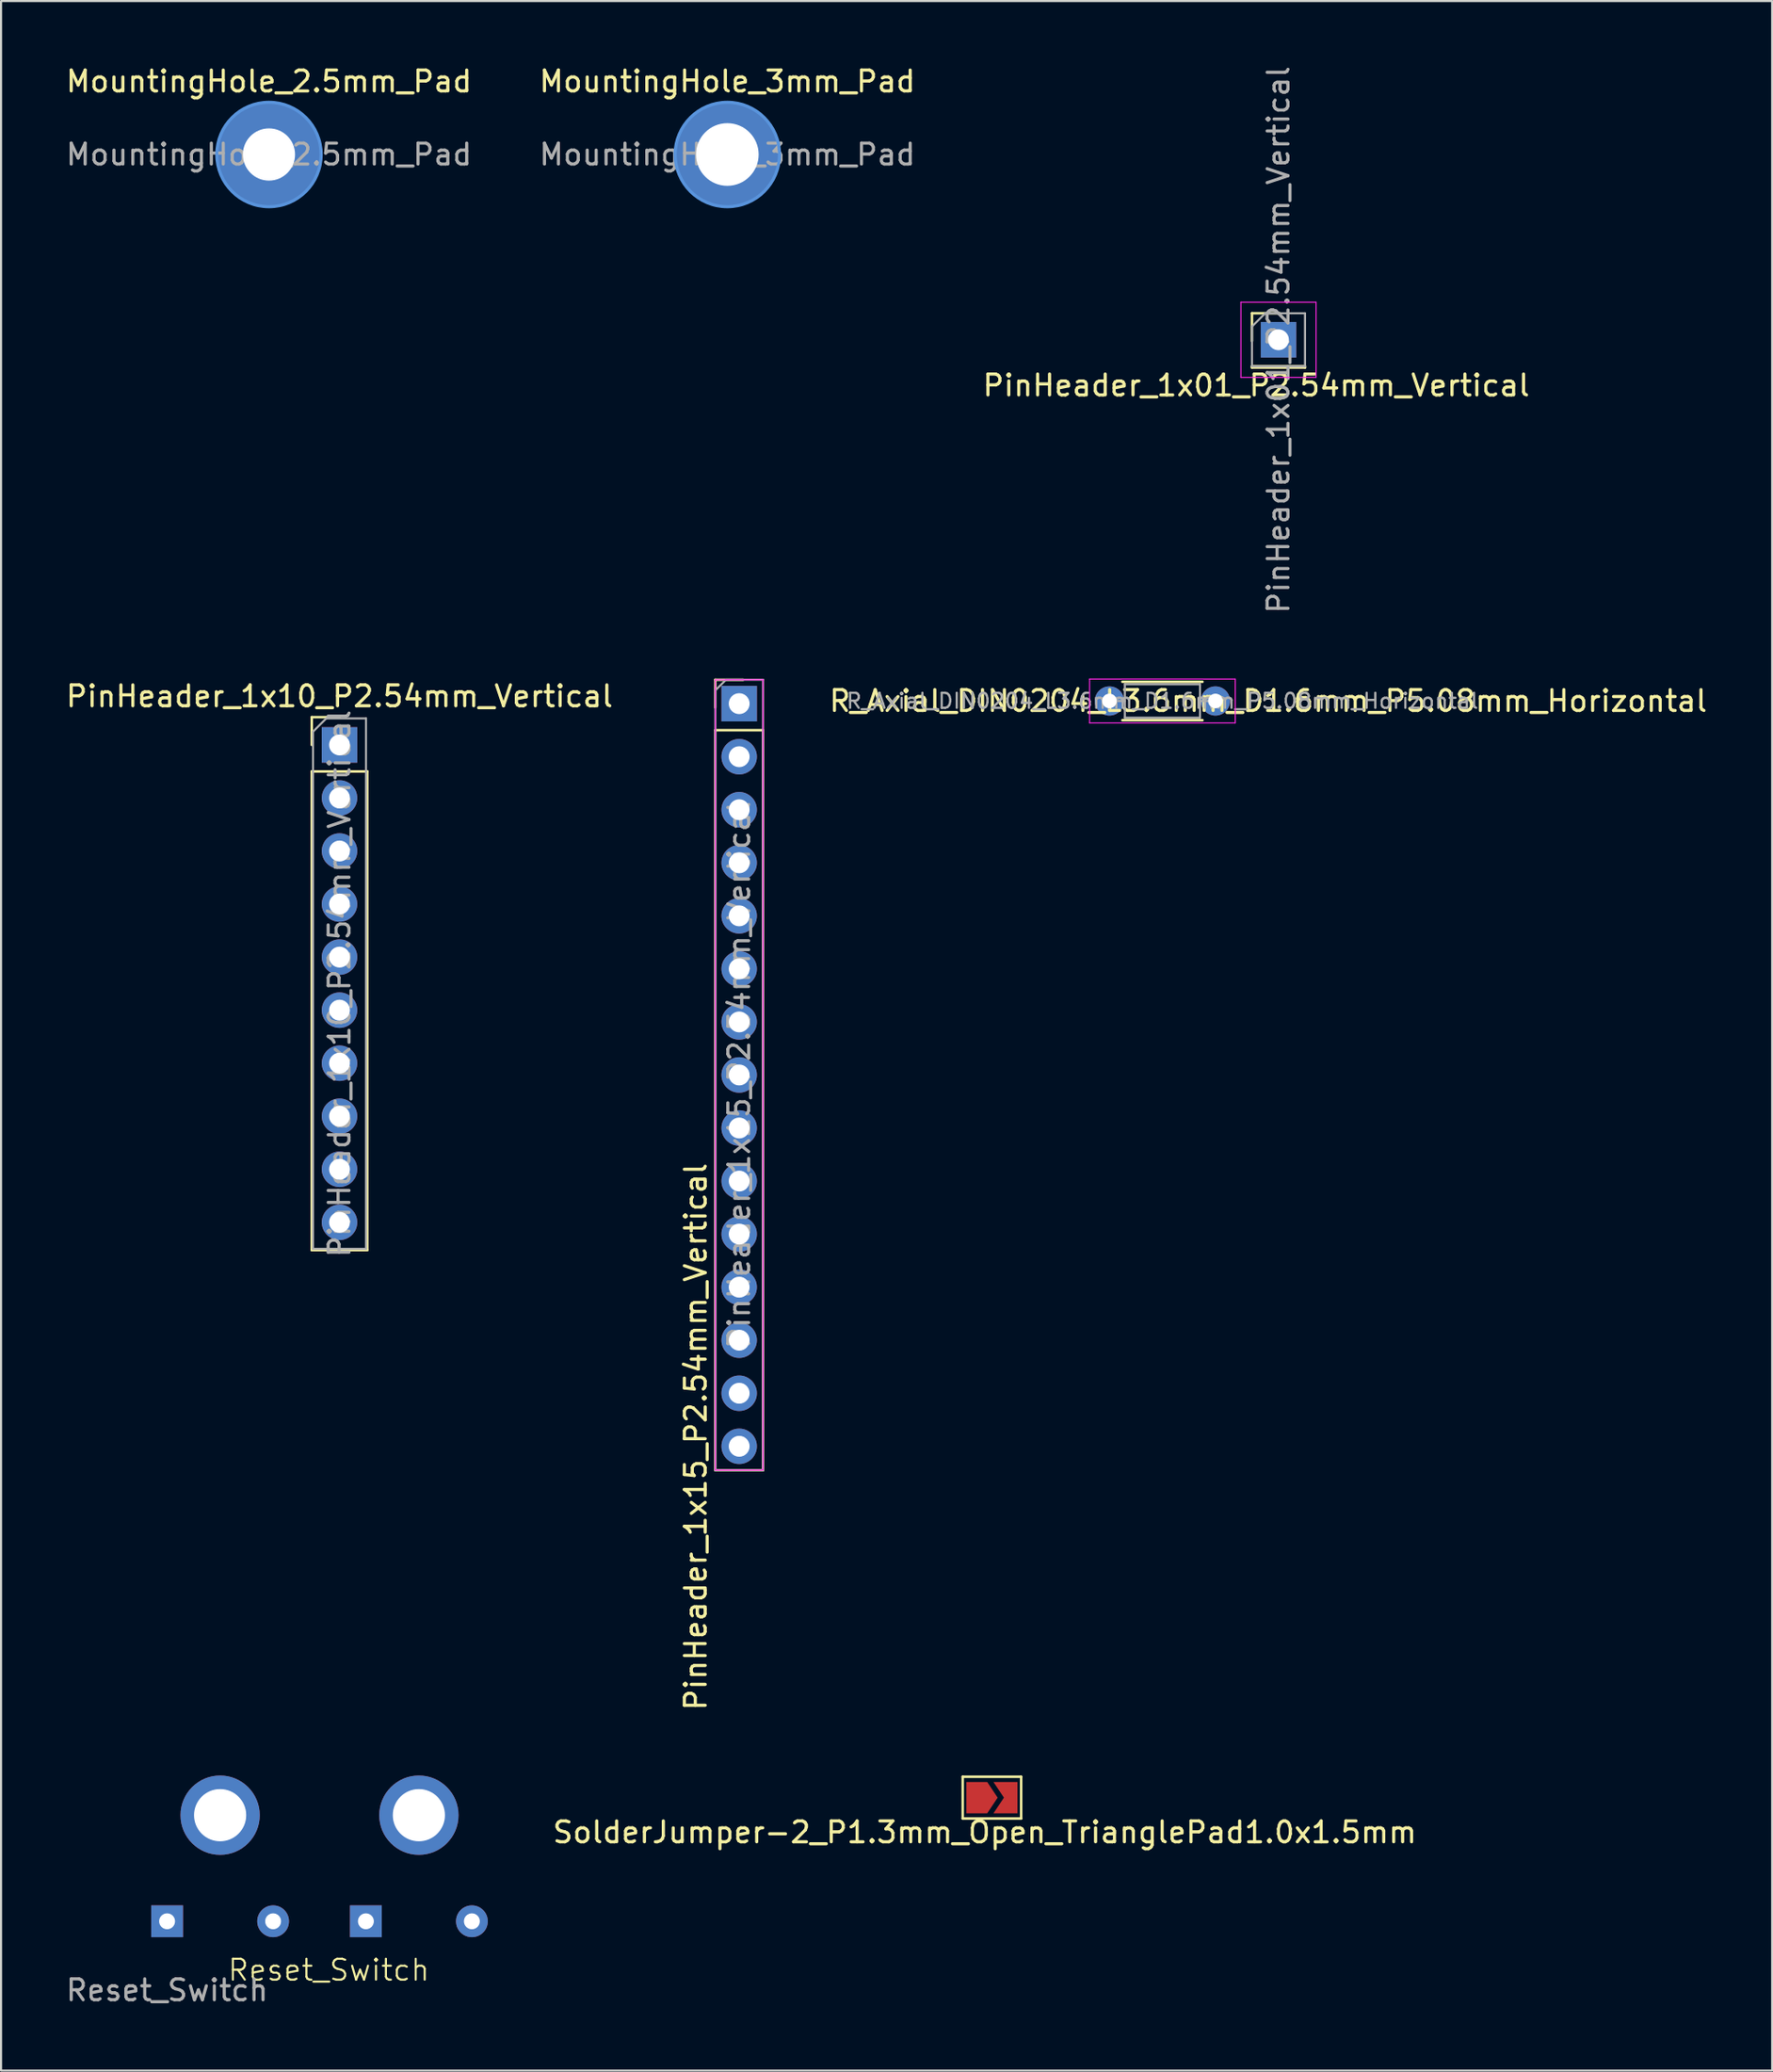
<source format=kicad_pcb>
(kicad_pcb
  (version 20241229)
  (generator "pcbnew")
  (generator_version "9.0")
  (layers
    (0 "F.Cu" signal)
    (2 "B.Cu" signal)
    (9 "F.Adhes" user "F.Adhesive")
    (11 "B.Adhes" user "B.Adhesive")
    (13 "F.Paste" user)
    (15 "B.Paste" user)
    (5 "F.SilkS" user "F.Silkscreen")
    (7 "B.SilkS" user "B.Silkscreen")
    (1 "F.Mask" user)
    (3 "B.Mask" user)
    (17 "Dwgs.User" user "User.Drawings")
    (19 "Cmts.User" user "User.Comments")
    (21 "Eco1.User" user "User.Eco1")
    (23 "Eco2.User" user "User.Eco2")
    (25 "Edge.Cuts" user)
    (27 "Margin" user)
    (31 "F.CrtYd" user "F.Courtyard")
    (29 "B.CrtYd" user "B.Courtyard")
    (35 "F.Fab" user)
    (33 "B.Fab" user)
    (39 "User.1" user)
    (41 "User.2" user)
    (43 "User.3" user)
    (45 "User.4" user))
  (footprint "SolderJumper-2_P1.3mm_Open_TrianglePad1.0x1.5mm"
    (layer "F.Cu")
    (at 44.483 83.027)
    (property "Reference" "SolderJumper-2_P1.3mm_Open_TrianglePad1.0x1.5mm" (at -0.342 1.658 180) (layer "F.SilkS") (effects (font (size 1 1) (thickness 0.15))))
    (attr exclude_from_pos_files)
    (fp_line (start -1.4 -1) (end 1.4 -1) (stroke (width 0.12) (type solid)) (layer "F.SilkS"))
    (fp_line (start -1.4 1) (end -1.4 -1) (stroke (width 0.12) (type solid)) (layer "F.SilkS"))
    (fp_line (start 1.4 -1) (end 1.4 1) (stroke (width 0.12) (type solid)) (layer "F.SilkS"))
    (fp_line (start 1.4 1) (end -1.4 1) (stroke (width 0.12) (type solid)) (layer "F.SilkS"))
    (pad "1" smd custom (at -0.725 0) (size 0.3 0.3) (layers "F.Cu" "F.Mask") (options (anchor rect)) (primitives (gr_poly (pts (xy 1 0) (xy 0.5 0.75) (xy -0.5 0.75) (xy -0.5 -0.75) (xy 0.5 -0.75)) (width 0) (fill yes))))
    (pad "2" smd custom (at 0.725 0) (size 0.3 0.3) (layers "F.Cu" "F.Mask") (options (anchor rect)) (primitives (gr_poly (pts (xy 0.5 0.75) (xy -0.65 0.75) (xy -0.15 0) (xy -0.65 -0.75) (xy 0.5 -0.75)) (width 0) (fill yes)))))
  (footprint "MountingHole_2.5mm_Pad"
    (layer "F.Cu")
    (at 9.839 4.348)
    (property "Reference" "MountingHole_2.5mm_Pad" (at 0 -3.5 0) (layer "F.SilkS") (effects (font (size 1 1) (thickness 0.15))))
    (attr exclude_from_pos_files)
    (fp_circle (center 0 0) (end 2.5 0) (stroke (width 0.15) (type solid)) (fill no) (layer "Cmts.User"))
    (fp_text user "${REFERENCE}" (at 0 0 0) (layer "F.Fab") (effects (font (size 1 1) (thickness 0.15))))
    (pad "1" thru_hole circle (at 0 0) (size 5 5) (drill 2.5) (layers "*.Cu" "*.Mask")))
  (footprint "Reset_Switch"
    (layer "F.Cu")
    (at 4.958 88.947)
    (property "Reference" "Reset_Switch" (at 7.747 2.337 0) (unlocked yes) (layer "F.SilkS") (effects (font (size 1 1) (thickness 0.1))))
    (attr through_hole)
    (fp_text user "${REFERENCE}" (at 0 3.302 0) (unlocked yes) (layer "F.Fab") (effects (font (size 1 1) (thickness 0.15))))
    (pad "1" thru_hole rect (at 0 0) (size 1.524 1.524) (drill 0.762) (layers "*.Cu" "*.Mask"))
    (pad "2" thru_hole circle (at 5.08 0) (size 1.524 1.524) (drill 0.762) (layers "*.Cu" "*.Mask"))
    (pad "3" thru_hole rect (at 9.525 0) (size 1.524 1.524) (drill 0.762) (layers "*.Cu" "*.Mask"))
    (pad "4" thru_hole circle (at 14.605 0) (size 1.524 1.524) (drill 0.762) (layers "*.Cu" "*.Mask"))
    (pad "5" thru_hole circle (at 2.54 -5.08) (size 3.8 3.8) (drill 2.5) (layers "*.Cu" "*.Mask"))
    (pad "6" thru_hole circle (at 12.065 -5.08) (size 3.8 3.8) (drill 2.5) (layers "*.Cu" "*.Mask")))
  (footprint "R_Axial_DIN0204_L3.6mm_D1.6mm_P5.08mm_Horizontal"
    (layer "F.Cu")
    (at 50.114 30.515)
    (property "Reference" "R_Axial_DIN0204_L3.6mm_D1.6mm_P5.08mm_Horizontal" (at 7.609 0 180) (layer "F.SilkS") (effects (font (size 1 1) (thickness 0.15))))
    (attr through_hole)
    (fp_line (start 0.62 -0.92) (end 4.46 -0.92) (stroke (width 0.12) (type solid)) (layer "F.SilkS"))
    (fp_line (start 0.62 0.92) (end 4.46 0.92) (stroke (width 0.12) (type solid)) (layer "F.SilkS"))
    (fp_line (start -0.95 -1.05) (end -0.95 1.05) (stroke (width 0.05) (type solid)) (layer "F.CrtYd"))
    (fp_line (start -0.95 1.05) (end 6.03 1.05) (stroke (width 0.05) (type solid)) (layer "F.CrtYd"))
    (fp_line (start 6.03 -1.05) (end -0.95 -1.05) (stroke (width 0.05) (type solid)) (layer "F.CrtYd"))
    (fp_line (start 6.03 1.05) (end 6.03 -1.05) (stroke (width 0.05) (type solid)) (layer "F.CrtYd"))
    (fp_line (start 0 0) (end 0.74 0) (stroke (width 0.1) (type solid)) (layer "F.Fab"))
    (fp_line (start 0.74 -0.8) (end 0.74 0.8) (stroke (width 0.1) (type solid)) (layer "F.Fab"))
    (fp_line (start 0.74 0.8) (end 4.34 0.8) (stroke (width 0.1) (type solid)) (layer "F.Fab"))
    (fp_line (start 4.34 -0.8) (end 0.74 -0.8) (stroke (width 0.1) (type solid)) (layer "F.Fab"))
    (fp_line (start 4.34 0.8) (end 4.34 -0.8) (stroke (width 0.1) (type solid)) (layer "F.Fab"))
    (fp_line (start 5.08 0) (end 4.34 0) (stroke (width 0.1) (type solid)) (layer "F.Fab"))
    (fp_text user "${REFERENCE}" (at 2.54 0 180) (layer "F.Fab") (effects (font (size 0.72 0.72) (thickness 0.108))))
    (pad "1" thru_hole circle (at 0 0) (size 1.4 1.4) (drill 0.7) (layers "*.Cu" "*.Mask"))
    (pad "2" thru_hole oval (at 5.08 0) (size 1.4 1.4) (drill 0.7) (layers "*.Cu" "*.Mask")))
  (footprint "PinHeader_1x01_P2.54mm_Vertical"
    (layer "F.Cu")
    (at 58.216 13.22)
    (property "Reference" "PinHeader_1x01_P2.54mm_Vertical" (at -1.067 2.184 0) (layer "F.SilkS") (effects (font (size 1 1) (thickness 0.15))))
    (attr through_hole)
    (fp_line (start -1.27 -1.27) (end 0.06 -1.27) (stroke (width 0.12) (type solid)) (layer "F.SilkS"))
    (fp_line (start -1.27 0.06) (end -1.27 -1.27) (stroke (width 0.12) (type solid)) (layer "F.SilkS"))
    (fp_line (start -1.27 1.27) (end -1.27 1.33) (stroke (width 0.12) (type solid)) (layer "F.SilkS"))
    (fp_line (start -1.27 1.27) (end 1.27 1.27) (stroke (width 0.12) (type solid)) (layer "F.SilkS"))
    (fp_line (start -1.27 1.33) (end 1.27 1.33) (stroke (width 0.12) (type solid)) (layer "F.SilkS"))
    (fp_line (start 1.27 1.27) (end 1.27 1.33) (stroke (width 0.12) (type solid)) (layer "F.SilkS"))
    (fp_line (start -1.8 -1.8) (end -1.8 1.8) (stroke (width 0.05) (type solid)) (layer "F.CrtYd"))
    (fp_line (start -1.8 1.8) (end 1.8 1.8) (stroke (width 0.05) (type solid)) (layer "F.CrtYd"))
    (fp_line (start 1.8 -1.8) (end -1.8 -1.8) (stroke (width 0.05) (type solid)) (layer "F.CrtYd"))
    (fp_line (start 1.8 1.8) (end 1.8 -1.8) (stroke (width 0.05) (type solid)) (layer "F.CrtYd"))
    (fp_line (start -1.27 -0.635) (end -0.635 -1.27) (stroke (width 0.1) (type solid)) (layer "F.Fab"))
    (fp_line (start -1.27 1.27) (end -1.27 -0.635) (stroke (width 0.1) (type solid)) (layer "F.Fab"))
    (fp_line (start -0.635 -1.27) (end 1.27 -1.27) (stroke (width 0.1) (type solid)) (layer "F.Fab"))
    (fp_line (start 1.27 -1.27) (end 1.27 1.27) (stroke (width 0.1) (type solid)) (layer "F.Fab"))
    (fp_line (start 1.27 1.27) (end -1.27 1.27) (stroke (width 0.1) (type solid)) (layer "F.Fab"))
    (fp_text user "${REFERENCE}" (at 0 0 90) (layer "F.Fab") (effects (font (size 1 1) (thickness 0.15))))
    (pad "1" thru_hole rect (at 0 0) (size 1.7 1.7) (drill 1) (layers "*.Cu" "*.Mask")))
  (footprint "PinHeader_1x15_P2.54mm_Vertical"
    (layer "F.Cu")
    (at 32.372 30.643)
    (property "Reference" "PinHeader_1x15_P2.54mm_Vertical" (at -2.083 35.103 90) (layer "F.SilkS") (effects (font (size 1 1) (thickness 0.15))))
    (attr through_hole)
    (fp_line (start -1.143 -1.143) (end 0.187 -1.143) (stroke (width 0.12) (type solid)) (layer "F.SilkS"))
    (fp_line (start -1.143 0.187) (end -1.143 -1.143) (stroke (width 0.12) (type solid)) (layer "F.SilkS"))
    (fp_line (start -1.143 1.27) (end -1.143 36.703) (stroke (width 0.12) (type solid)) (layer "F.SilkS"))
    (fp_line (start -1.143 1.27) (end 1.143 1.27) (stroke (width 0.12) (type solid)) (layer "F.SilkS"))
    (fp_line (start -1.143 36.703) (end 1.143 36.703) (stroke (width 0.12) (type solid)) (layer "F.SilkS"))
    (fp_line (start 1.143 1.27) (end 1.143 36.703) (stroke (width 0.12) (type solid)) (layer "F.SilkS"))
    (fp_line (start -1.143 -1.143) (end -1.143 36.703) (stroke (width 0.05) (type solid)) (layer "F.CrtYd"))
    (fp_line (start -1.143 36.703) (end 1.143 36.703) (stroke (width 0.05) (type solid)) (layer "F.CrtYd"))
    (fp_line (start 1.143 -1.143) (end -1.143 -1.143) (stroke (width 0.05) (type solid)) (layer "F.CrtYd"))
    (fp_line (start 1.143 36.703) (end 1.143 -1.143) (stroke (width 0.05) (type solid)) (layer "F.CrtYd"))
    (fp_line (start -1.143 -0.635) (end -0.635 -1.143) (stroke (width 0.1) (type solid)) (layer "F.Fab"))
    (fp_line (start -1.143 36.703) (end -1.143 -0.635) (stroke (width 0.1) (type solid)) (layer "F.Fab"))
    (fp_line (start -0.635 -1.143) (end 1.143 -1.143) (stroke (width 0.1) (type solid)) (layer "F.Fab"))
    (fp_line (start 1.143 -1.143) (end 1.143 36.703) (stroke (width 0.1) (type solid)) (layer "F.Fab"))
    (fp_line (start 1.143 36.703) (end -1.143 36.703) (stroke (width 0.1) (type solid)) (layer "F.Fab"))
    (fp_text user "${REFERENCE}" (at 0 17.78 90) (layer "F.Fab") (effects (font (size 1 1) (thickness 0.15))))
    (pad "1" thru_hole rect (at 0 0) (size 1.7 1.7) (drill 1) (layers "*.Cu" "*.Mask"))
    (pad "2" thru_hole oval (at 0 2.54) (size 1.7 1.7) (drill 1) (layers "*.Cu" "*.Mask"))
    (pad "3" thru_hole oval (at 0 5.08) (size 1.7 1.7) (drill 1) (layers "*.Cu" "*.Mask"))
    (pad "4" thru_hole oval (at 0 7.62) (size 1.7 1.7) (drill 1) (layers "*.Cu" "*.Mask"))
    (pad "5" thru_hole oval (at 0 10.16) (size 1.7 1.7) (drill 1) (layers "*.Cu" "*.Mask"))
    (pad "6" thru_hole oval (at 0 12.7) (size 1.7 1.7) (drill 1) (layers "*.Cu" "*.Mask"))
    (pad "7" thru_hole oval (at 0 15.24) (size 1.7 1.7) (drill 1) (layers "*.Cu" "*.Mask"))
    (pad "8" thru_hole oval (at 0 17.78) (size 1.7 1.7) (drill 1) (layers "*.Cu" "*.Mask"))
    (pad "9" thru_hole oval (at 0 20.32) (size 1.7 1.7) (drill 1) (layers "*.Cu" "*.Mask"))
    (pad "10" thru_hole oval (at 0 22.86) (size 1.7 1.7) (drill 1) (layers "*.Cu" "*.Mask"))
    (pad "11" thru_hole oval (at 0 25.4) (size 1.7 1.7) (drill 1) (layers "*.Cu" "*.Mask"))
    (pad "12" thru_hole oval (at 0 27.94) (size 1.7 1.7) (drill 1) (layers "*.Cu" "*.Mask"))
    (pad "13" thru_hole oval (at 0 30.48) (size 1.7 1.7) (drill 1) (layers "*.Cu" "*.Mask"))
    (pad "14" thru_hole oval (at 0 33.02) (size 1.7 1.7) (drill 1) (layers "*.Cu" "*.Mask"))
    (pad "15" thru_hole oval (at 0 35.56) (size 1.7 1.7) (drill 1) (layers "*.Cu" "*.Mask")))
  (footprint "PinHeader_1x10_P2.54mm_Vertical"
    (layer "F.Cu")
    (at 13.22 32.619)
    (property "Reference" "PinHeader_1x10_P2.54mm_Vertical" (at 0 -2.33 0) (layer "F.SilkS") (effects (font (size 1 1) (thickness 0.15))))
    (attr through_hole)
    (fp_line (start -1.33 -1.33) (end 0 -1.33) (stroke (width 0.12) (type solid)) (layer "F.SilkS"))
    (fp_line (start -1.33 0) (end -1.33 -1.33) (stroke (width 0.12) (type solid)) (layer "F.SilkS"))
    (fp_line (start -1.33 1.27) (end -1.33 24.19) (stroke (width 0.12) (type solid)) (layer "F.SilkS"))
    (fp_line (start -1.33 1.27) (end 1.33 1.27) (stroke (width 0.12) (type solid)) (layer "F.SilkS"))
    (fp_line (start -1.33 24.19) (end 1.33 24.19) (stroke (width 0.12) (type solid)) (layer "F.SilkS"))
    (fp_line (start 1.33 1.27) (end 1.33 24.19) (stroke (width 0.12) (type solid)) (layer "F.SilkS"))
    (fp_line (start -1.27 -0.635) (end -0.635 -1.27) (stroke (width 0.1) (type solid)) (layer "F.Fab"))
    (fp_line (start -1.27 24.13) (end -1.27 -0.635) (stroke (width 0.1) (type solid)) (layer "F.Fab"))
    (fp_line (start -0.635 -1.27) (end 1.27 -1.27) (stroke (width 0.1) (type solid)) (layer "F.Fab"))
    (fp_line (start 1.27 -1.27) (end 1.27 24.13) (stroke (width 0.1) (type solid)) (layer "F.Fab"))
    (fp_line (start 1.27 24.13) (end -1.27 24.13) (stroke (width 0.1) (type solid)) (layer "F.Fab"))
    (fp_text user "${REFERENCE}" (at 0 11.43 270) (layer "F.Fab") (effects (font (size 1 1) (thickness 0.15))))
    (pad "1" thru_hole rect (at 0 0) (size 1.7 1.7) (drill 1) (layers "*.Cu" "*.Mask"))
    (pad "2" thru_hole oval (at 0 2.54) (size 1.7 1.7) (drill 1) (layers "*.Cu" "*.Mask"))
    (pad "3" thru_hole oval (at 0 5.08) (size 1.7 1.7) (drill 1) (layers "*.Cu" "*.Mask"))
    (pad "4" thru_hole oval (at 0 7.62) (size 1.7 1.7) (drill 1) (layers "*.Cu" "*.Mask"))
    (pad "5" thru_hole oval (at 0 10.16) (size 1.7 1.7) (drill 1) (layers "*.Cu" "*.Mask"))
    (pad "6" thru_hole oval (at 0 12.7) (size 1.7 1.7) (drill 1) (layers "*.Cu" "*.Mask"))
    (pad "7" thru_hole oval (at 0 15.24) (size 1.7 1.7) (drill 1) (layers "*.Cu" "*.Mask"))
    (pad "8" thru_hole oval (at 0 17.78) (size 1.7 1.7) (drill 1) (layers "*.Cu" "*.Mask"))
    (pad "9" thru_hole oval (at 0 20.32) (size 1.7 1.7) (drill 1) (layers "*.Cu" "*.Mask"))
    (pad "10" thru_hole oval (at 0 22.86) (size 1.7 1.7) (drill 1) (layers "*.Cu" "*.Mask")))
  (footprint "MountingHole_3mm_Pad"
    (layer "F.Cu")
    (at 31.804 4.348)
    (property "Reference" "MountingHole_3mm_Pad" (at 0 -3.5 0) (layer "F.SilkS") (effects (font (size 1 1) (thickness 0.15))))
    (attr exclude_from_pos_files)
    (fp_circle (center 0 0) (end 2.5 0) (stroke (width 0.15) (type solid)) (fill no) (layer "Cmts.User"))
    (fp_text user "${REFERENCE}" (at 0 0 0) (layer "F.Fab") (effects (font (size 1 1) (thickness 0.15))))
    (pad "1" thru_hole circle (at 0 0) (size 5 5) (drill 3) (layers "*.Cu" "*.Mask")))
  (gr_rect
    (start -3 -3)
    (end 81.872 96.097)
    (stroke (width 0.1) (type default))
    (fill no)
    (layer "Edge.Cuts")))
</source>
